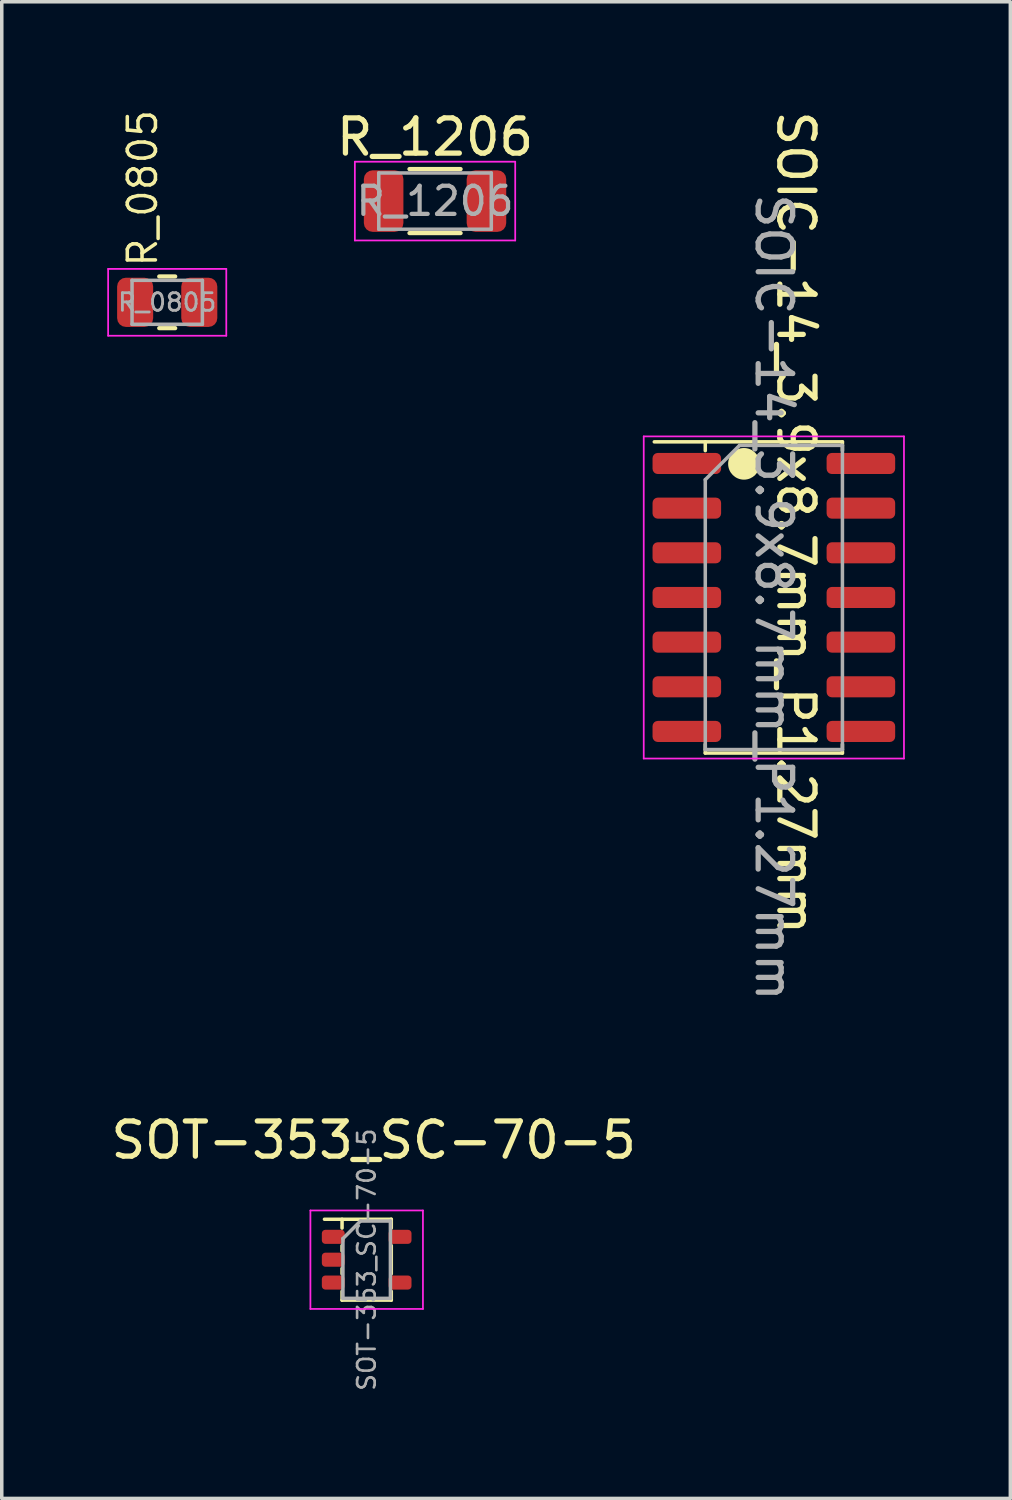
<source format=kicad_pcb>
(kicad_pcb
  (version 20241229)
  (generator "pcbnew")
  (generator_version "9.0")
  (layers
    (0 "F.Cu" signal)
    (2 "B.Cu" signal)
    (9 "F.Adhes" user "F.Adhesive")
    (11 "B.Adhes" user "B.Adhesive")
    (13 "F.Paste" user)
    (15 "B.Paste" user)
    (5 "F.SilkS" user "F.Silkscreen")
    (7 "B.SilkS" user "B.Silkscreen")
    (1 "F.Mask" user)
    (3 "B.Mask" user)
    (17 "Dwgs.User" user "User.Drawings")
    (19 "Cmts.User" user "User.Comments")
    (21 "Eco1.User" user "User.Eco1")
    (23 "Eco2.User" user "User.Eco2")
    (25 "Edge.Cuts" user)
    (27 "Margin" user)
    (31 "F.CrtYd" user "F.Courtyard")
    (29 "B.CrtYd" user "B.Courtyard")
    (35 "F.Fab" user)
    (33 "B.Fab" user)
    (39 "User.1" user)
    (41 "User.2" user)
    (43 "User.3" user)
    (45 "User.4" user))
  (footprint "SOIC-14_3.9x8.7mm_P1.27mm"
    (layer "F.Cu")
    (at 18.956 13.94)
    (property "Reference" "SOIC-14_3.9x8.7mm_P1.27mm" (at 0.625 -2.125 270) (unlocked yes) (layer "F.SilkS") (effects (font (size 1 1) (thickness 0.15))))
    (attr smd)
    (fp_line (start -3.4 -4.425) (end 1.95 -4.425) (stroke (width 0.1) (type solid)) (layer "F.SilkS"))
    (fp_line (start -1.95 -4.175) (end -1.95 -4.425) (stroke (width 0.1) (type solid)) (layer "F.SilkS"))
    (fp_line (start -1.95 4.425) (end -1.95 4.175) (stroke (width 0.1) (type solid)) (layer "F.SilkS"))
    (fp_line (start -1.95 4.425) (end 1.95 4.425) (stroke (width 0.1) (type solid)) (layer "F.SilkS"))
    (fp_line (start 1.95 -4.175) (end 1.95 -4.425) (stroke (width 0.1) (type solid)) (layer "F.SilkS"))
    (fp_line (start 1.95 4.425) (end 1.95 4.175) (stroke (width 0.1) (type solid)) (layer "F.SilkS"))
    (fp_circle (center -0.85 -3.8) (end -0.45 -3.8) (stroke (width 0.1) (type solid)) (fill yes) (layer "F.SilkS"))
    (fp_line (start -3.7 -4.58) (end -3.7 4.58) (stroke (width 0.05) (type solid)) (layer "F.CrtYd"))
    (fp_line (start -3.7 4.58) (end 3.7 4.58) (stroke (width 0.05) (type solid)) (layer "F.CrtYd"))
    (fp_line (start 3.7 -4.58) (end -3.7 -4.58) (stroke (width 0.05) (type solid)) (layer "F.CrtYd"))
    (fp_line (start 3.7 4.58) (end 3.7 -4.58) (stroke (width 0.05) (type solid)) (layer "F.CrtYd"))
    (fp_line (start -1.95 -3.35) (end -0.975 -4.325) (stroke (width 0.1) (type solid)) (layer "F.Fab"))
    (fp_line (start -1.95 4.325) (end -1.95 -3.35) (stroke (width 0.1) (type solid)) (layer "F.Fab"))
    (fp_line (start -0.975 -4.325) (end 1.95 -4.325) (stroke (width 0.1) (type solid)) (layer "F.Fab"))
    (fp_line (start 1.95 -4.325) (end 1.95 4.325) (stroke (width 0.1) (type solid)) (layer "F.Fab"))
    (fp_line (start 1.95 4.325) (end -1.95 4.325) (stroke (width 0.1) (type solid)) (layer "F.Fab"))
    (fp_text user "${REFERENCE}" (at 0 0 270) (unlocked yes) (layer "F.Fab") (effects (font (size 0.98 0.98) (thickness 0.15))))
    (pad "1" smd roundrect (at -2.475 -3.81) (size 1.95 0.6) (layers "F.Cu" "F.Mask" "F.Paste") (roundrect_rratio 0.25))
    (pad "2" smd roundrect (at -2.475 -2.54) (size 1.95 0.6) (layers "F.Cu" "F.Mask" "F.Paste") (roundrect_rratio 0.25))
    (pad "3" smd roundrect (at -2.475 -1.27) (size 1.95 0.6) (layers "F.Cu" "F.Mask" "F.Paste") (roundrect_rratio 0.25))
    (pad "4" smd roundrect (at -2.475 0) (size 1.95 0.6) (layers "F.Cu" "F.Mask" "F.Paste") (roundrect_rratio 0.25))
    (pad "5" smd roundrect (at -2.475 1.27) (size 1.95 0.6) (layers "F.Cu" "F.Mask" "F.Paste") (roundrect_rratio 0.25))
    (pad "6" smd roundrect (at -2.475 2.54) (size 1.95 0.6) (layers "F.Cu" "F.Mask" "F.Paste") (roundrect_rratio 0.25))
    (pad "7" smd roundrect (at -2.475 3.81) (size 1.95 0.6) (layers "F.Cu" "F.Mask" "F.Paste") (roundrect_rratio 0.25))
    (pad "8" smd roundrect (at 2.475 3.81) (size 1.95 0.6) (layers "F.Cu" "F.Mask" "F.Paste") (roundrect_rratio 0.25))
    (pad "9" smd roundrect (at 2.475 2.54) (size 1.95 0.6) (layers "F.Cu" "F.Mask" "F.Paste") (roundrect_rratio 0.25))
    (pad "10" smd roundrect (at 2.475 1.27) (size 1.95 0.6) (layers "F.Cu" "F.Mask" "F.Paste") (roundrect_rratio 0.25))
    (pad "11" smd roundrect (at 2.475 0) (size 1.95 0.6) (layers "F.Cu" "F.Mask" "F.Paste") (roundrect_rratio 0.25))
    (pad "12" smd roundrect (at 2.475 -1.27) (size 1.95 0.6) (layers "F.Cu" "F.Mask" "F.Paste") (roundrect_rratio 0.25))
    (pad "13" smd roundrect (at 2.475 -2.54) (size 1.95 0.6) (layers "F.Cu" "F.Mask" "F.Paste") (roundrect_rratio 0.25))
    (pad "14" smd roundrect (at 2.475 -3.81) (size 1.95 0.6) (layers "F.Cu" "F.Mask" "F.Paste") (roundrect_rratio 0.25)))
  (footprint "SOT-353_SC-70-5"
    (layer "F.Cu")
    (at 7.377 32.772)
    (property "Reference" "SOT-353_SC-70-5" (at 0.2 -3.4 0) (layer "F.SilkS") (effects (font (size 1 1) (thickness 0.15))))
    (attr smd)
    (fp_line (start -0.7 -0.9) (end -0.7 -1.15) (stroke (width 0.1) (type solid)) (layer "F.SilkS"))
    (fp_line (start -0.7 -0.4) (end -0.7 -0.25) (stroke (width 0.1) (type solid)) (layer "F.SilkS"))
    (fp_line (start -0.7 0.25) (end -0.7 0.4) (stroke (width 0.1) (type solid)) (layer "F.SilkS"))
    (fp_line (start -0.7 1.15) (end -0.7 0.9) (stroke (width 0.1) (type solid)) (layer "F.SilkS"))
    (fp_line (start -0.7 1.15) (end 0.7 1.15) (stroke (width 0.1) (type solid)) (layer "F.SilkS"))
    (fp_line (start 0.7 -1.15) (end -1.2 -1.15) (stroke (width 0.1) (type solid)) (layer "F.SilkS"))
    (fp_line (start 0.7 -0.9) (end 0.7 -1.15) (stroke (width 0.1) (type solid)) (layer "F.SilkS"))
    (fp_line (start 0.7 -0.4) (end 0.7 0.4) (stroke (width 0.1) (type solid)) (layer "F.SilkS"))
    (fp_line (start 0.7 1.15) (end 0.7 0.9) (stroke (width 0.1) (type solid)) (layer "F.SilkS"))
    (fp_line (start -1.6 -1.4) (end -1.6 1.4) (stroke (width 0.05) (type solid)) (layer "F.CrtYd"))
    (fp_line (start -1.6 -1.4) (end 1.6 -1.4) (stroke (width 0.05) (type solid)) (layer "F.CrtYd"))
    (fp_line (start -1.6 1.4) (end 1.6 1.4) (stroke (width 0.05) (type solid)) (layer "F.CrtYd"))
    (fp_line (start 1.6 1.4) (end 1.6 -1.4) (stroke (width 0.05) (type solid)) (layer "F.CrtYd"))
    (fp_line (start -0.675 -0.6) (end -0.675 1.1) (stroke (width 0.1) (type solid)) (layer "F.Fab"))
    (fp_line (start -0.175 -1.1) (end -0.675 -0.6) (stroke (width 0.1) (type solid)) (layer "F.Fab"))
    (fp_line (start 0.675 -1.1) (end -0.175 -1.1) (stroke (width 0.1) (type solid)) (layer "F.Fab"))
    (fp_line (start 0.675 -1.1) (end 0.675 1.1) (stroke (width 0.1) (type solid)) (layer "F.Fab"))
    (fp_line (start 0.675 1.1) (end -0.675 1.1) (stroke (width 0.1) (type solid)) (layer "F.Fab"))
    (fp_text user "${REFERENCE}" (at 0 0 90) (layer "F.Fab") (effects (font (size 0.5 0.5) (thickness 0.075))))
    (pad "1" smd roundrect (at -0.95 -0.65) (size 0.65 0.4) (layers "F.Cu" "F.Mask" "F.Paste") (roundrect_rratio 0.25))
    (pad "2" smd roundrect (at -0.95 0) (size 0.65 0.4) (layers "F.Cu" "F.Mask" "F.Paste") (roundrect_rratio 0.25))
    (pad "3" smd roundrect (at -0.95 0.65) (size 0.65 0.4) (layers "F.Cu" "F.Mask" "F.Paste") (roundrect_rratio 0.25))
    (pad "4" smd roundrect (at 0.95 0.65) (size 0.65 0.4) (layers "F.Cu" "F.Mask" "F.Paste") (roundrect_rratio 0.25))
    (pad "5" smd roundrect (at 0.95 -0.65) (size 0.65 0.4) (layers "F.Cu" "F.Mask" "F.Paste") (roundrect_rratio 0.25)))
  (footprint "R_0805"
    (layer "F.Cu")
    (at 1.705 5.547)
    (property "Reference" "R_0805" (at -0.7 -0.95 90) (unlocked yes) (layer "F.SilkS") (effects (font (size 0.8 0.8) (thickness 0.1)) (justify left)))
    (attr smd)
    (fp_line (start -0.227 -0.735) (end 0.227 -0.735) (stroke (width 0.12) (type solid)) (layer "F.SilkS"))
    (fp_line (start -0.227 0.735) (end 0.227 0.735) (stroke (width 0.12) (type solid)) (layer "F.SilkS"))
    (fp_line (start -1.68 -0.95) (end 1.68 -0.95) (stroke (width 0.05) (type solid)) (layer "F.CrtYd"))
    (fp_line (start -1.68 0.95) (end -1.68 -0.95) (stroke (width 0.05) (type solid)) (layer "F.CrtYd"))
    (fp_line (start 1.68 -0.95) (end 1.68 0.95) (stroke (width 0.05) (type solid)) (layer "F.CrtYd"))
    (fp_line (start 1.68 0.95) (end -1.68 0.95) (stroke (width 0.05) (type solid)) (layer "F.CrtYd"))
    (fp_line (start -1 -0.625) (end 1 -0.625) (stroke (width 0.1) (type solid)) (layer "F.Fab"))
    (fp_line (start -1 0.625) (end -1 -0.625) (stroke (width 0.1) (type solid)) (layer "F.Fab"))
    (fp_line (start 1 -0.625) (end 1 0.625) (stroke (width 0.1) (type solid)) (layer "F.Fab"))
    (fp_line (start 1 0.625) (end -1 0.625) (stroke (width 0.1) (type solid)) (layer "F.Fab"))
    (fp_text user "${REFERENCE}" (at 0 0 0) (layer "F.Fab") (effects (font (size 0.5 0.5) (thickness 0.08))))
    (pad "1" smd roundrect (at -0.912 0) (size 1.025 1.4) (layers "F.Cu" "F.Mask" "F.Paste") (roundrect_rratio 0.244))
    (pad "2" smd roundrect (at 0.912 0) (size 1.025 1.4) (layers "F.Cu" "F.Mask" "F.Paste") (roundrect_rratio 0.244)))
  (footprint "R_1206"
    (layer "F.Cu")
    (at 9.321 2.668)
    (property "Reference" "R_1206" (at 0 -1.82 0) (layer "F.SilkS") (effects (font (size 1 1) (thickness 0.15))))
    (attr smd)
    (fp_line (start -0.727 -0.91) (end 0.727 -0.91) (stroke (width 0.12) (type solid)) (layer "F.SilkS"))
    (fp_line (start -0.727 0.91) (end 0.727 0.91) (stroke (width 0.12) (type solid)) (layer "F.SilkS"))
    (fp_line (start -2.28 -1.12) (end 2.28 -1.12) (stroke (width 0.05) (type solid)) (layer "F.CrtYd"))
    (fp_line (start -2.28 1.12) (end -2.28 -1.12) (stroke (width 0.05) (type solid)) (layer "F.CrtYd"))
    (fp_line (start 2.28 -1.12) (end 2.28 1.12) (stroke (width 0.05) (type solid)) (layer "F.CrtYd"))
    (fp_line (start 2.28 1.12) (end -2.28 1.12) (stroke (width 0.05) (type solid)) (layer "F.CrtYd"))
    (fp_line (start -1.6 -0.8) (end 1.6 -0.8) (stroke (width 0.1) (type solid)) (layer "F.Fab"))
    (fp_line (start -1.6 0.8) (end -1.6 -0.8) (stroke (width 0.1) (type solid)) (layer "F.Fab"))
    (fp_line (start 1.6 -0.8) (end 1.6 0.8) (stroke (width 0.1) (type solid)) (layer "F.Fab"))
    (fp_line (start 1.6 0.8) (end -1.6 0.8) (stroke (width 0.1) (type solid)) (layer "F.Fab"))
    (fp_text user "${REFERENCE}" (at 0 0 0) (layer "F.Fab") (effects (font (size 0.8 0.8) (thickness 0.12))))
    (pad "1" smd roundrect (at -1.462 0) (size 1.125 1.75) (layers "F.Cu" "F.Mask" "F.Paste") (roundrect_rratio 0.222))
    (pad "2" smd roundrect (at 1.462 0) (size 1.125 1.75) (layers "F.Cu" "F.Mask" "F.Paste") (roundrect_rratio 0.222)))
  (gr_rect
    (start -3 -3)
    (end 25.681 39.561)
    (stroke (width 0.1) (type default))
    (fill no)
    (layer "Edge.Cuts")))
</source>
